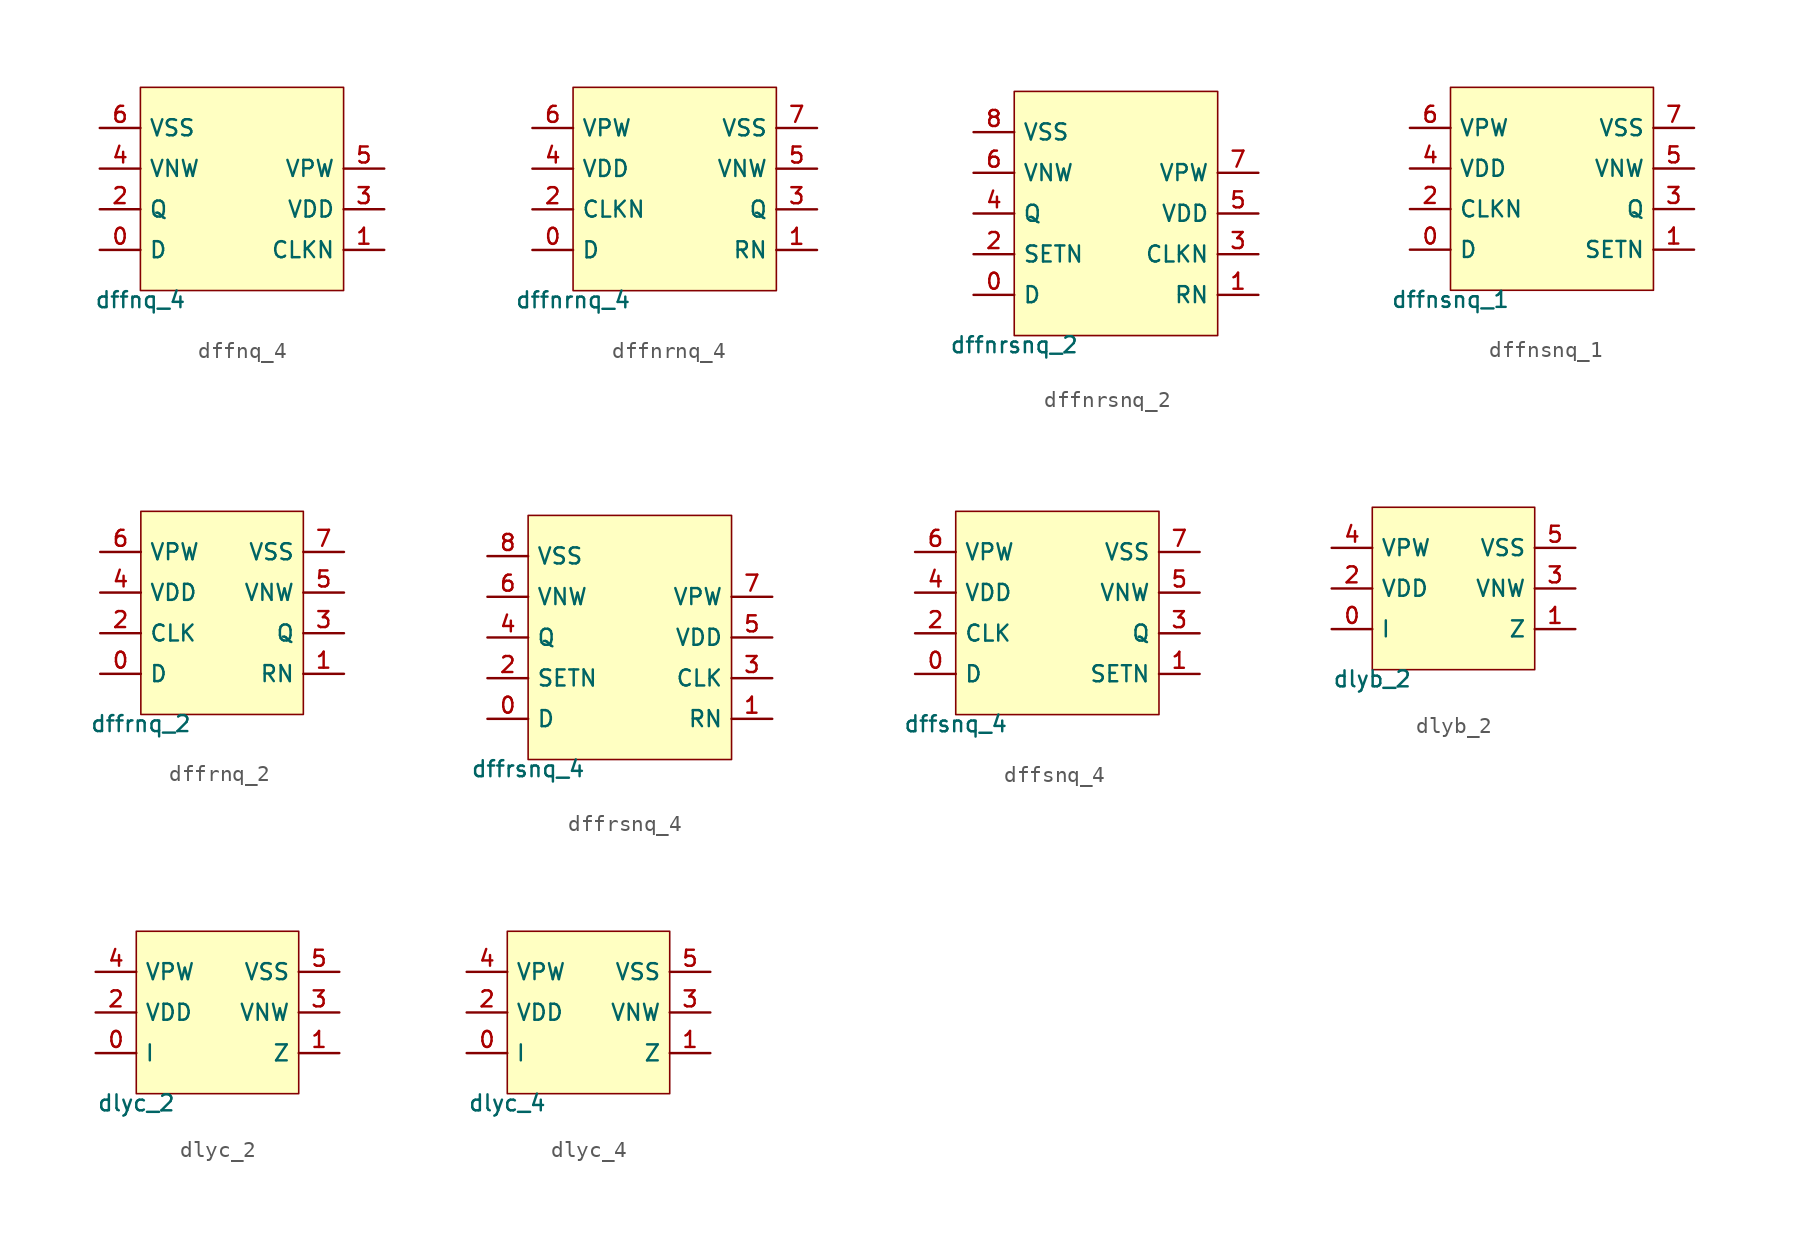
<source format=kicad_sym>
(kicad_symbol_lib
  (version 20211014)
  (generator pdk2kicad)
  (symbol "dffnq_4"
    (property "Reference" "X"
      (at 0 0 0)
      (effects (font (size 1 1)) hide))
    (property "Value" "dffnq_4"
      (at -6.35 -6.35 0)
      (effects (font (size 1 1)) (justify top)))
    (rectangle
      (start -6.35 -6.35)
      (end 6.35 6.35)
      (stroke (width 0.1) (type solid) (color 0 0 0 0))
      (fill (type background)))
    (pin bidirectional line
      (at -8.89 -3.81 0)
      (length 2.54)
      (name "D" (effects (font (size 1 1)) hide))
      (number "0" (effects (font (size 1 1)) hide)))
    (pin bidirectional line
      (at 8.89 -3.81 180)
      (length 2.54)
      (name "CLKN" (effects (font (size 1 1)) hide))
      (number "1" (effects (font (size 1 1)) hide)))
    (pin bidirectional line
      (at -8.89 -1.27 0)
      (length 2.54)
      (name "Q" (effects (font (size 1 1)) hide))
      (number "2" (effects (font (size 1 1)) hide)))
    (pin bidirectional line
      (at 8.89 -1.27 180)
      (length 2.54)
      (name "VDD" (effects (font (size 1 1)) hide))
      (number "3" (effects (font (size 1 1)) hide)))
    (pin bidirectional line
      (at -8.89 1.27 0)
      (length 2.54)
      (name "VNW" (effects (font (size 1 1)) hide))
      (number "4" (effects (font (size 1 1)) hide)))
    (pin bidirectional line
      (at 8.89 1.27 180)
      (length 2.54)
      (name "VPW" (effects (font (size 1 1)) hide))
      (number "5" (effects (font (size 1 1)) hide)))
    (pin bidirectional line
      (at -8.89 3.81 0)
      (length 2.54)
      (name "VSS" (effects (font (size 1 1)) hide))
      (number "6" (effects (font (size 1 1)) hide))))
  (symbol "dffnrnq_4"
    (property "Reference" "X"
      (at 0 0 0)
      (effects (font (size 1 1)) hide))
    (property "Value" "dffnrnq_4"
      (at -6.35 -6.35 0)
      (effects (font (size 1 1)) (justify top)))
    (rectangle
      (start -6.35 -6.35)
      (end 6.35 6.35)
      (stroke (width 0.1) (type solid) (color 0 0 0 0))
      (fill (type background)))
    (pin bidirectional line
      (at -8.89 -3.81 0)
      (length 2.54)
      (name "D" (effects (font (size 1 1)) hide))
      (number "0" (effects (font (size 1 1)) hide)))
    (pin bidirectional line
      (at 8.89 -3.81 180)
      (length 2.54)
      (name "RN" (effects (font (size 1 1)) hide))
      (number "1" (effects (font (size 1 1)) hide)))
    (pin bidirectional line
      (at -8.89 -1.27 0)
      (length 2.54)
      (name "CLKN" (effects (font (size 1 1)) hide))
      (number "2" (effects (font (size 1 1)) hide)))
    (pin bidirectional line
      (at 8.89 -1.27 180)
      (length 2.54)
      (name "Q" (effects (font (size 1 1)) hide))
      (number "3" (effects (font (size 1 1)) hide)))
    (pin bidirectional line
      (at -8.89 1.27 0)
      (length 2.54)
      (name "VDD" (effects (font (size 1 1)) hide))
      (number "4" (effects (font (size 1 1)) hide)))
    (pin bidirectional line
      (at 8.89 1.27 180)
      (length 2.54)
      (name "VNW" (effects (font (size 1 1)) hide))
      (number "5" (effects (font (size 1 1)) hide)))
    (pin bidirectional line
      (at -8.89 3.81 0)
      (length 2.54)
      (name "VPW" (effects (font (size 1 1)) hide))
      (number "6" (effects (font (size 1 1)) hide)))
    (pin bidirectional line
      (at 8.89 3.81 180)
      (length 2.54)
      (name "VSS" (effects (font (size 1 1)) hide))
      (number "7" (effects (font (size 1 1)) hide))))
  (symbol "dffnrsnq_2"
    (property "Reference" "X"
      (at 0 0 0)
      (effects (font (size 1 1)) hide))
    (property "Value" "dffnrsnq_2"
      (at -6.35 -7.62 0)
      (effects (font (size 1 1)) (justify top)))
    (rectangle
      (start -6.35 -7.62)
      (end 6.35 7.62)
      (stroke (width 0.1) (type solid) (color 0 0 0 0))
      (fill (type background)))
    (pin bidirectional line
      (at -8.89 -5.08 0)
      (length 2.54)
      (name "D" (effects (font (size 1 1)) hide))
      (number "0" (effects (font (size 1 1)) hide)))
    (pin bidirectional line
      (at 8.89 -5.08 180)
      (length 2.54)
      (name "RN" (effects (font (size 1 1)) hide))
      (number "1" (effects (font (size 1 1)) hide)))
    (pin bidirectional line
      (at -8.89 -2.54 0)
      (length 2.54)
      (name "SETN" (effects (font (size 1 1)) hide))
      (number "2" (effects (font (size 1 1)) hide)))
    (pin bidirectional line
      (at 8.89 -2.54 180)
      (length 2.54)
      (name "CLKN" (effects (font (size 1 1)) hide))
      (number "3" (effects (font (size 1 1)) hide)))
    (pin bidirectional line
      (at -8.89 8.881784197001252e-16 0)
      (length 2.54)
      (name "Q" (effects (font (size 1 1)) hide))
      (number "4" (effects (font (size 1 1)) hide)))
    (pin bidirectional line
      (at 8.89 8.881784197001252e-16 180)
      (length 2.54)
      (name "VDD" (effects (font (size 1 1)) hide))
      (number "5" (effects (font (size 1 1)) hide)))
    (pin bidirectional line
      (at -8.89 2.54 0)
      (length 2.54)
      (name "VNW" (effects (font (size 1 1)) hide))
      (number "6" (effects (font (size 1 1)) hide)))
    (pin bidirectional line
      (at 8.89 2.54 180)
      (length 2.54)
      (name "VPW" (effects (font (size 1 1)) hide))
      (number "7" (effects (font (size 1 1)) hide)))
    (pin bidirectional line
      (at -8.89 5.08 0)
      (length 2.54)
      (name "VSS" (effects (font (size 1 1)) hide))
      (number "8" (effects (font (size 1 1)) hide))))
  (symbol "dffnsnq_1"
    (property "Reference" "X"
      (at 0 0 0)
      (effects (font (size 1 1)) hide))
    (property "Value" "dffnsnq_1"
      (at -6.35 -6.35 0)
      (effects (font (size 1 1)) (justify top)))
    (rectangle
      (start -6.35 -6.35)
      (end 6.35 6.35)
      (stroke (width 0.1) (type solid) (color 0 0 0 0))
      (fill (type background)))
    (pin bidirectional line
      (at -8.89 -3.81 0)
      (length 2.54)
      (name "D" (effects (font (size 1 1)) hide))
      (number "0" (effects (font (size 1 1)) hide)))
    (pin bidirectional line
      (at 8.89 -3.81 180)
      (length 2.54)
      (name "SETN" (effects (font (size 1 1)) hide))
      (number "1" (effects (font (size 1 1)) hide)))
    (pin bidirectional line
      (at -8.89 -1.27 0)
      (length 2.54)
      (name "CLKN" (effects (font (size 1 1)) hide))
      (number "2" (effects (font (size 1 1)) hide)))
    (pin bidirectional line
      (at 8.89 -1.27 180)
      (length 2.54)
      (name "Q" (effects (font (size 1 1)) hide))
      (number "3" (effects (font (size 1 1)) hide)))
    (pin bidirectional line
      (at -8.89 1.27 0)
      (length 2.54)
      (name "VDD" (effects (font (size 1 1)) hide))
      (number "4" (effects (font (size 1 1)) hide)))
    (pin bidirectional line
      (at 8.89 1.27 180)
      (length 2.54)
      (name "VNW" (effects (font (size 1 1)) hide))
      (number "5" (effects (font (size 1 1)) hide)))
    (pin bidirectional line
      (at -8.89 3.81 0)
      (length 2.54)
      (name "VPW" (effects (font (size 1 1)) hide))
      (number "6" (effects (font (size 1 1)) hide)))
    (pin bidirectional line
      (at 8.89 3.81 180)
      (length 2.54)
      (name "VSS" (effects (font (size 1 1)) hide))
      (number "7" (effects (font (size 1 1)) hide))))
  (symbol "dffrnq_2"
    (property "Reference" "X"
      (at 0 0 0)
      (effects (font (size 1 1)) hide))
    (property "Value" "dffrnq_2"
      (at -5.08 -6.35 0)
      (effects (font (size 1 1)) (justify top)))
    (rectangle
      (start -5.08 -6.35)
      (end 5.08 6.35)
      (stroke (width 0.1) (type solid) (color 0 0 0 0))
      (fill (type background)))
    (pin bidirectional line
      (at -7.62 -3.81 0)
      (length 2.54)
      (name "D" (effects (font (size 1 1)) hide))
      (number "0" (effects (font (size 1 1)) hide)))
    (pin bidirectional line
      (at 7.62 -3.81 180)
      (length 2.54)
      (name "RN" (effects (font (size 1 1)) hide))
      (number "1" (effects (font (size 1 1)) hide)))
    (pin bidirectional line
      (at -7.62 -1.27 0)
      (length 2.54)
      (name "CLK" (effects (font (size 1 1)) hide))
      (number "2" (effects (font (size 1 1)) hide)))
    (pin bidirectional line
      (at 7.62 -1.27 180)
      (length 2.54)
      (name "Q" (effects (font (size 1 1)) hide))
      (number "3" (effects (font (size 1 1)) hide)))
    (pin bidirectional line
      (at -7.62 1.27 0)
      (length 2.54)
      (name "VDD" (effects (font (size 1 1)) hide))
      (number "4" (effects (font (size 1 1)) hide)))
    (pin bidirectional line
      (at 7.62 1.27 180)
      (length 2.54)
      (name "VNW" (effects (font (size 1 1)) hide))
      (number "5" (effects (font (size 1 1)) hide)))
    (pin bidirectional line
      (at -7.62 3.81 0)
      (length 2.54)
      (name "VPW" (effects (font (size 1 1)) hide))
      (number "6" (effects (font (size 1 1)) hide)))
    (pin bidirectional line
      (at 7.62 3.81 180)
      (length 2.54)
      (name "VSS" (effects (font (size 1 1)) hide))
      (number "7" (effects (font (size 1 1)) hide))))
  (symbol "dffrsnq_4"
    (property "Reference" "X"
      (at 0 0 0)
      (effects (font (size 1 1)) hide))
    (property "Value" "dffrsnq_4"
      (at -6.35 -7.62 0)
      (effects (font (size 1 1)) (justify top)))
    (rectangle
      (start -6.35 -7.62)
      (end 6.35 7.62)
      (stroke (width 0.1) (type solid) (color 0 0 0 0))
      (fill (type background)))
    (pin bidirectional line
      (at -8.89 -5.08 0)
      (length 2.54)
      (name "D" (effects (font (size 1 1)) hide))
      (number "0" (effects (font (size 1 1)) hide)))
    (pin bidirectional line
      (at 8.89 -5.08 180)
      (length 2.54)
      (name "RN" (effects (font (size 1 1)) hide))
      (number "1" (effects (font (size 1 1)) hide)))
    (pin bidirectional line
      (at -8.89 -2.54 0)
      (length 2.54)
      (name "SETN" (effects (font (size 1 1)) hide))
      (number "2" (effects (font (size 1 1)) hide)))
    (pin bidirectional line
      (at 8.89 -2.54 180)
      (length 2.54)
      (name "CLK" (effects (font (size 1 1)) hide))
      (number "3" (effects (font (size 1 1)) hide)))
    (pin bidirectional line
      (at -8.89 8.881784197001252e-16 0)
      (length 2.54)
      (name "Q" (effects (font (size 1 1)) hide))
      (number "4" (effects (font (size 1 1)) hide)))
    (pin bidirectional line
      (at 8.89 8.881784197001252e-16 180)
      (length 2.54)
      (name "VDD" (effects (font (size 1 1)) hide))
      (number "5" (effects (font (size 1 1)) hide)))
    (pin bidirectional line
      (at -8.89 2.54 0)
      (length 2.54)
      (name "VNW" (effects (font (size 1 1)) hide))
      (number "6" (effects (font (size 1 1)) hide)))
    (pin bidirectional line
      (at 8.89 2.54 180)
      (length 2.54)
      (name "VPW" (effects (font (size 1 1)) hide))
      (number "7" (effects (font (size 1 1)) hide)))
    (pin bidirectional line
      (at -8.89 5.08 0)
      (length 2.54)
      (name "VSS" (effects (font (size 1 1)) hide))
      (number "8" (effects (font (size 1 1)) hide))))
  (symbol "dffsnq_4"
    (property "Reference" "X"
      (at 0 0 0)
      (effects (font (size 1 1)) hide))
    (property "Value" "dffsnq_4"
      (at -6.35 -6.35 0)
      (effects (font (size 1 1)) (justify top)))
    (rectangle
      (start -6.35 -6.35)
      (end 6.35 6.35)
      (stroke (width 0.1) (type solid) (color 0 0 0 0))
      (fill (type background)))
    (pin bidirectional line
      (at -8.89 -3.81 0)
      (length 2.54)
      (name "D" (effects (font (size 1 1)) hide))
      (number "0" (effects (font (size 1 1)) hide)))
    (pin bidirectional line
      (at 8.89 -3.81 180)
      (length 2.54)
      (name "SETN" (effects (font (size 1 1)) hide))
      (number "1" (effects (font (size 1 1)) hide)))
    (pin bidirectional line
      (at -8.89 -1.27 0)
      (length 2.54)
      (name "CLK" (effects (font (size 1 1)) hide))
      (number "2" (effects (font (size 1 1)) hide)))
    (pin bidirectional line
      (at 8.89 -1.27 180)
      (length 2.54)
      (name "Q" (effects (font (size 1 1)) hide))
      (number "3" (effects (font (size 1 1)) hide)))
    (pin bidirectional line
      (at -8.89 1.27 0)
      (length 2.54)
      (name "VDD" (effects (font (size 1 1)) hide))
      (number "4" (effects (font (size 1 1)) hide)))
    (pin bidirectional line
      (at 8.89 1.27 180)
      (length 2.54)
      (name "VNW" (effects (font (size 1 1)) hide))
      (number "5" (effects (font (size 1 1)) hide)))
    (pin bidirectional line
      (at -8.89 3.81 0)
      (length 2.54)
      (name "VPW" (effects (font (size 1 1)) hide))
      (number "6" (effects (font (size 1 1)) hide)))
    (pin bidirectional line
      (at 8.89 3.81 180)
      (length 2.54)
      (name "VSS" (effects (font (size 1 1)) hide))
      (number "7" (effects (font (size 1 1)) hide))))
  (symbol "dlyb_2"
    (property "Reference" "X"
      (at 0 0 0)
      (effects (font (size 1 1)) hide))
    (property "Value" "dlyb_2"
      (at -5.08 -5.08 0)
      (effects (font (size 1 1)) (justify top)))
    (rectangle
      (start -5.08 -5.08)
      (end 5.08 5.08)
      (stroke (width 0.1) (type solid) (color 0 0 0 0))
      (fill (type background)))
    (pin bidirectional line
      (at -7.62 -2.54 0)
      (length 2.54)
      (name "I" (effects (font (size 1 1)) hide))
      (number "0" (effects (font (size 1 1)) hide)))
    (pin bidirectional line
      (at 7.62 -2.54 180)
      (length 2.54)
      (name "Z" (effects (font (size 1 1)) hide))
      (number "1" (effects (font (size 1 1)) hide)))
    (pin bidirectional line
      (at -7.62 0.0 0)
      (length 2.54)
      (name "VDD" (effects (font (size 1 1)) hide))
      (number "2" (effects (font (size 1 1)) hide)))
    (pin bidirectional line
      (at 7.62 0.0 180)
      (length 2.54)
      (name "VNW" (effects (font (size 1 1)) hide))
      (number "3" (effects (font (size 1 1)) hide)))
    (pin bidirectional line
      (at -7.62 2.54 0)
      (length 2.54)
      (name "VPW" (effects (font (size 1 1)) hide))
      (number "4" (effects (font (size 1 1)) hide)))
    (pin bidirectional line
      (at 7.62 2.54 180)
      (length 2.54)
      (name "VSS" (effects (font (size 1 1)) hide))
      (number "5" (effects (font (size 1 1)) hide))))
  (symbol "dlyc_2"
    (property "Reference" "X"
      (at 0 0 0)
      (effects (font (size 1 1)) hide))
    (property "Value" "dlyc_2"
      (at -5.08 -5.08 0)
      (effects (font (size 1 1)) (justify top)))
    (rectangle
      (start -5.08 -5.08)
      (end 5.08 5.08)
      (stroke (width 0.1) (type solid) (color 0 0 0 0))
      (fill (type background)))
    (pin bidirectional line
      (at -7.62 -2.54 0)
      (length 2.54)
      (name "I" (effects (font (size 1 1)) hide))
      (number "0" (effects (font (size 1 1)) hide)))
    (pin bidirectional line
      (at 7.62 -2.54 180)
      (length 2.54)
      (name "Z" (effects (font (size 1 1)) hide))
      (number "1" (effects (font (size 1 1)) hide)))
    (pin bidirectional line
      (at -7.62 0.0 0)
      (length 2.54)
      (name "VDD" (effects (font (size 1 1)) hide))
      (number "2" (effects (font (size 1 1)) hide)))
    (pin bidirectional line
      (at 7.62 0.0 180)
      (length 2.54)
      (name "VNW" (effects (font (size 1 1)) hide))
      (number "3" (effects (font (size 1 1)) hide)))
    (pin bidirectional line
      (at -7.62 2.54 0)
      (length 2.54)
      (name "VPW" (effects (font (size 1 1)) hide))
      (number "4" (effects (font (size 1 1)) hide)))
    (pin bidirectional line
      (at 7.62 2.54 180)
      (length 2.54)
      (name "VSS" (effects (font (size 1 1)) hide))
      (number "5" (effects (font (size 1 1)) hide))))
  (symbol "dlyc_4"
    (property "Reference" "X"
      (at 0 0 0)
      (effects (font (size 1 1)) hide))
    (property "Value" "dlyc_4"
      (at -5.08 -5.08 0)
      (effects (font (size 1 1)) (justify top)))
    (rectangle
      (start -5.08 -5.08)
      (end 5.08 5.08)
      (stroke (width 0.1) (type solid) (color 0 0 0 0))
      (fill (type background)))
    (pin bidirectional line
      (at -7.62 -2.54 0)
      (length 2.54)
      (name "I" (effects (font (size 1 1)) hide))
      (number "0" (effects (font (size 1 1)) hide)))
    (pin bidirectional line
      (at 7.62 -2.54 180)
      (length 2.54)
      (name "Z" (effects (font (size 1 1)) hide))
      (number "1" (effects (font (size 1 1)) hide)))
    (pin bidirectional line
      (at -7.62 0.0 0)
      (length 2.54)
      (name "VDD" (effects (font (size 1 1)) hide))
      (number "2" (effects (font (size 1 1)) hide)))
    (pin bidirectional line
      (at 7.62 0.0 180)
      (length 2.54)
      (name "VNW" (effects (font (size 1 1)) hide))
      (number "3" (effects (font (size 1 1)) hide)))
    (pin bidirectional line
      (at -7.62 2.54 0)
      (length 2.54)
      (name "VPW" (effects (font (size 1 1)) hide))
      (number "4" (effects (font (size 1 1)) hide)))
    (pin bidirectional line
      (at 7.62 2.54 180)
      (length 2.54)
      (name "VSS" (effects (font (size 1 1)) hide))
      (number "5" (effects (font (size 1 1)) hide)))))
</source>
